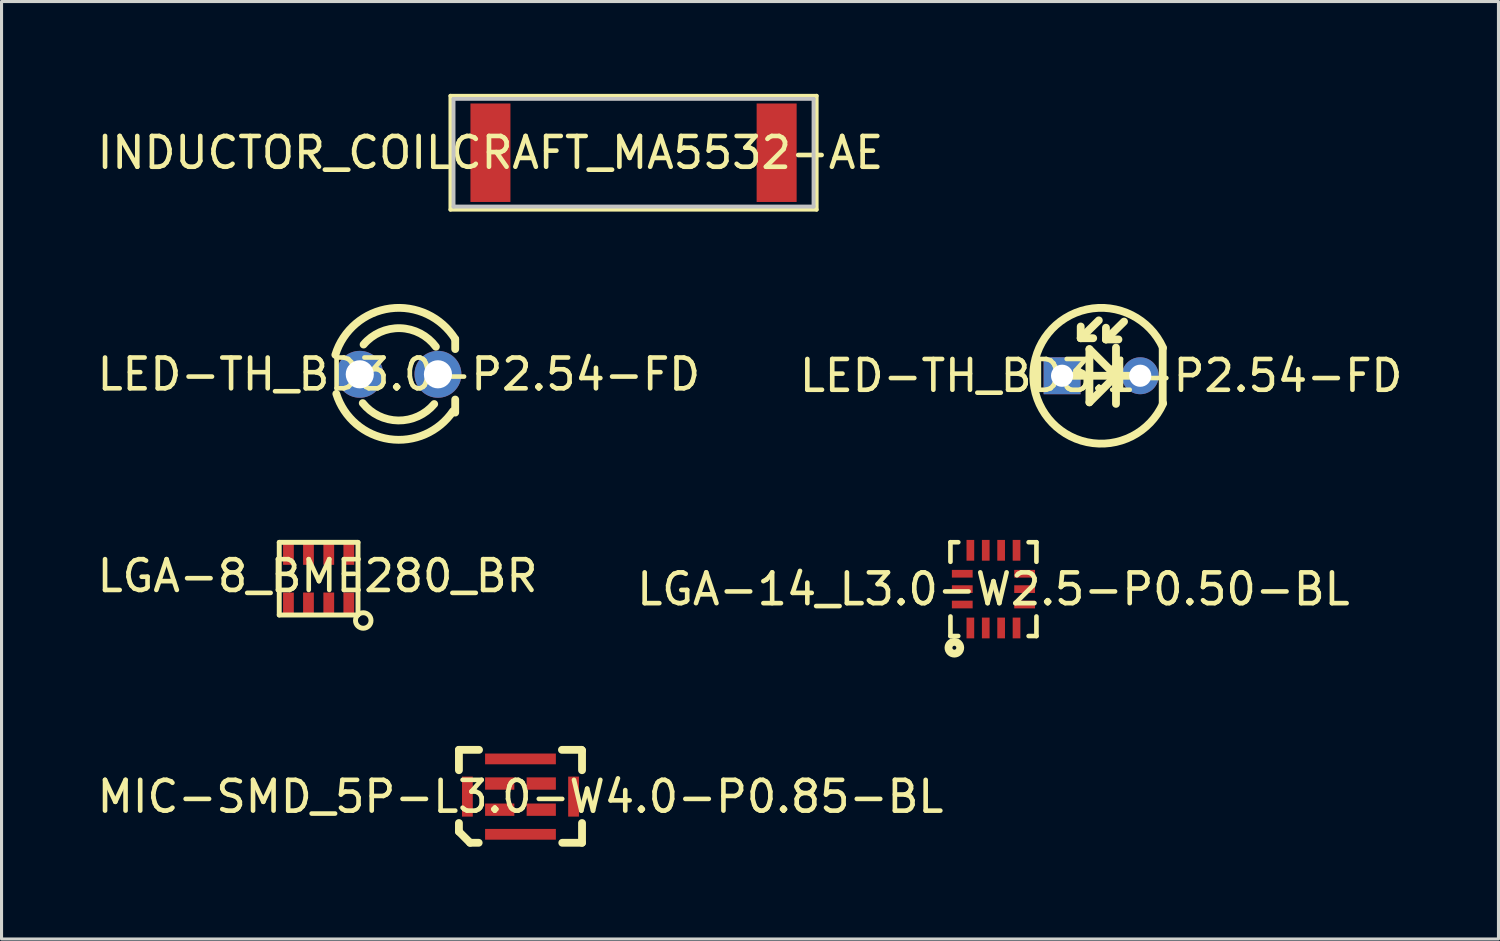
<source format=kicad_pcb>
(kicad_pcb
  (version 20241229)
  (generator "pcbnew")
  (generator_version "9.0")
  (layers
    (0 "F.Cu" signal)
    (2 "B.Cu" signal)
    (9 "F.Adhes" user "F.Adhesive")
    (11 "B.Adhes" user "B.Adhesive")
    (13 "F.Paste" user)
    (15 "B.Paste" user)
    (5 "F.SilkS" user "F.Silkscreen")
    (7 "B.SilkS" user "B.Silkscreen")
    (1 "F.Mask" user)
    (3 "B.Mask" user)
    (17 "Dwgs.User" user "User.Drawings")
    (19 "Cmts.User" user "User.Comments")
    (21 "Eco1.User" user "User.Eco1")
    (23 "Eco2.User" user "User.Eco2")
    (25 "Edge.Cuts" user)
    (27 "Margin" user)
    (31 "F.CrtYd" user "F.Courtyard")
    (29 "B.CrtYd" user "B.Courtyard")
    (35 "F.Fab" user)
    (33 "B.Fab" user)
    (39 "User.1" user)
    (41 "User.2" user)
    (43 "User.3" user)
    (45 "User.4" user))
  (footprint "LGA-14_L3.0-W2.5-P0.50-BL"
    (layer "F.Cu")
    (at 29.232 16.094)
    (property "Reference" "LGA-14_L3.0-W2.5-P0.50-BL" (at 0 0 0) (layer "F.SilkS") (effects (font (size 1 1) (thickness 0.15))))
    (fp_line (start -1.397 -1.524) (end -1.397 -0.889) (stroke (width 0.15) (type default)) (layer "F.SilkS"))
    (fp_line (start -1.397 1.524) (end -1.397 0.889) (stroke (width 0.15) (type default)) (layer "F.SilkS"))
    (fp_line (start -1.143 -1.524) (end -1.397 -1.524) (stroke (width 0.15) (type default)) (layer "F.SilkS"))
    (fp_line (start -1.143 1.524) (end -1.397 1.524) (stroke (width 0.15) (type default)) (layer "F.SilkS"))
    (fp_line (start 1.143 1.524) (end 1.397 1.524) (stroke (width 0.15) (type default)) (layer "F.SilkS"))
    (fp_line (start 1.397 -1.524) (end 1.143 -1.524) (stroke (width 0.15) (type default)) (layer "F.SilkS"))
    (fp_line (start 1.397 -0.889) (end 1.397 -1.524) (stroke (width 0.15) (type default)) (layer "F.SilkS"))
    (fp_line (start 1.397 1.524) (end 1.397 0.889) (stroke (width 0.15) (type default)) (layer "F.SilkS"))
    (fp_circle (center -1.27 1.905) (end -1.206 1.905) (stroke (width 0.254) (type default)) (fill no) (layer "F.SilkS"))
    (pad "1" smd rect (at -0.75 1.262 270) (size 0.675 0.25) (layers "F.Cu" "F.Mask" "F.Paste"))
    (pad "2" smd rect (at -0.25 1.262 270) (size 0.675 0.25) (layers "F.Cu" "F.Mask" "F.Paste"))
    (pad "3" smd rect (at 0.25 1.262 270) (size 0.675 0.25) (layers "F.Cu" "F.Mask" "F.Paste"))
    (pad "4" smd rect (at 0.75 1.262 270) (size 0.675 0.25) (layers "F.Cu" "F.Mask" "F.Paste"))
    (pad "5" smd rect (at 1.013 0.5) (size 0.675 0.25) (layers "F.Cu" "F.Mask" "F.Paste"))
    (pad "6" smd rect (at 1.013 0) (size 0.675 0.25) (layers "F.Cu" "F.Mask" "F.Paste"))
    (pad "7" smd rect (at 1.013 -0.5) (size 0.675 0.25) (layers "F.Cu" "F.Mask" "F.Paste"))
    (pad "8" smd rect (at 0.75 -1.262 90) (size 0.675 0.25) (layers "F.Cu" "F.Mask" "F.Paste"))
    (pad "9" smd rect (at 0.25 -1.262 90) (size 0.675 0.25) (layers "F.Cu" "F.Mask" "F.Paste"))
    (pad "10" smd rect (at -0.25 -1.262 90) (size 0.675 0.25) (layers "F.Cu" "F.Mask" "F.Paste"))
    (pad "11" smd rect (at -0.75 -1.262 90) (size 0.675 0.25) (layers "F.Cu" "F.Mask" "F.Paste"))
    (pad "12" smd rect (at -1.013 -0.5 180) (size 0.675 0.25) (layers "F.Cu" "F.Mask" "F.Paste"))
    (pad "13" smd rect (at -1.013 0 180) (size 0.675 0.25) (layers "F.Cu" "F.Mask" "F.Paste"))
    (pad "14" smd rect (at -1.013 0.5 180) (size 0.675 0.25) (layers "F.Cu" "F.Mask" "F.Paste")))
  (footprint "MIC-SMD_5P-L3.0-W4.0-P0.85-BL"
    (layer "F.Cu")
    (at 13.863 22.836)
    (property "Reference" "MIC-SMD_5P-L3.0-W4.0-P0.85-BL" (at 0 0 0) (layer "F.SilkS") (effects (font (size 1 1) (thickness 0.15))))
    (fp_line (start -2 -1.52) (end -2 -0.858) (stroke (width 0.254) (type default)) (layer "F.SilkS"))
    (fp_line (start -2 -1.52) (end -1.347 -1.52) (stroke (width 0.254) (type default)) (layer "F.SilkS"))
    (fp_line (start -2 0.858) (end -2 1.137) (stroke (width 0.254) (type default)) (layer "F.SilkS"))
    (fp_line (start -2 1.137) (end -1.637 1.5) (stroke (width 0.254) (type default)) (layer "F.SilkS"))
    (fp_line (start -1.637 1.5) (end -1.358 1.5) (stroke (width 0.254) (type default)) (layer "F.SilkS"))
    (fp_line (start 1.347 -1.52) (end 1.98 -1.52) (stroke (width 0.254) (type default)) (layer "F.SilkS"))
    (fp_line (start 1.358 1.5) (end 2 1.5) (stroke (width 0.254) (type default)) (layer "F.SilkS"))
    (fp_line (start 1.98 -1.52) (end 2 -1.5) (stroke (width 0.254) (type default)) (layer "F.SilkS"))
    (fp_line (start 2 -1.5) (end 2 -0.858) (stroke (width 0.254) (type default)) (layer "F.SilkS"))
    (fp_line (start 2 0.858) (end 2 1.5) (stroke (width 0.254) (type default)) (layer "F.SilkS"))
    (pad "1" smd rect (at -0.675 0.425 90) (size 0.4 0.95) (layers "F.Cu" "F.Mask" "F.Paste"))
    (pad "2" smd rect (at 0.675 0.425 90) (size 0.4 0.95) (layers "F.Cu" "F.Mask" "F.Paste"))
    (pad "3" smd rect (at 0.675 -0.425 90) (size 0.4 0.95) (layers "F.Cu" "F.Mask" "F.Paste"))
    (pad "4" smd rect (at -0.675 -0.425 90) (size 0.4 0.95) (layers "F.Cu" "F.Mask" "F.Paste"))
    (pad "5" smd rect (at -1.725 0 180) (size 0.35 1.3) (layers "F.Cu" "F.Mask" "F.Paste"))
    (pad "5" smd rect (at 0 -1.225 270) (size 0.35 2.3) (layers "F.Cu" "F.Mask" "F.Paste"))
    (pad "5" smd rect (at 0 1.225 270) (size 0.35 2.3) (layers "F.Cu" "F.Mask" "F.Paste"))
    (pad "5" smd rect (at 1.725 0 180) (size 0.35 1.3) (layers "F.Cu" "F.Mask" "F.Paste")))
  (footprint "LED-TH_BD3.1-P2.54-FD"
    (layer "F.Cu")
    (at 32.732 9.16)
    (property "Reference" "LED-TH_BD3.1-P2.54-FD" (at 0 0 0) (layer "F.SilkS") (effects (font (size 1 1) (thickness 0.15))))
    (fp_line (start -1.296 0) (end 1.27 0) (stroke (width 0.254) (type default)) (layer "F.SilkS"))
    (fp_line (start -0.664 -1.22) (end -0.664 -1.601) (stroke (width 0.254) (type default)) (layer "F.SilkS"))
    (fp_line (start -0.664 -1.22) (end -0.258 -1.22) (stroke (width 0.254) (type default)) (layer "F.SilkS"))
    (fp_line (start -0.381 -0.864) (end -0.381 0.864) (stroke (width 0.254) (type default)) (layer "F.SilkS"))
    (fp_line (start -0.381 0.864) (end 0.457 0.025) (stroke (width 0.254) (type default)) (layer "F.SilkS"))
    (fp_line (start -0.076 -1.8) (end -0.664 -1.22) (stroke (width 0.254) (type default)) (layer "F.SilkS"))
    (fp_line (start 0.156 -1.18) (end 0.156 -1.561) (stroke (width 0.254) (type default)) (layer "F.SilkS"))
    (fp_line (start 0.156 -1.18) (end 0.562 -1.18) (stroke (width 0.254) (type default)) (layer "F.SilkS"))
    (fp_line (start 0.457 -0.025) (end -0.381 -0.864) (stroke (width 0.254) (type default)) (layer "F.SilkS"))
    (fp_line (start 0.457 0.025) (end 0.482 0.025) (stroke (width 0.254) (type default)) (layer "F.SilkS"))
    (fp_line (start 0.482 -0.914) (end 0.482 0.914) (stroke (width 0.254) (type default)) (layer "F.SilkS"))
    (fp_line (start 0.744 -1.76) (end 0.156 -1.18) (stroke (width 0.254) (type default)) (layer "F.SilkS"))
    (fp_line (start 2 -0.9) (end 2 0.9) (stroke (width 0.254) (type default)) (layer "F.SilkS"))
    (fp_arc (start 2.015 0.899) (mid -2.206443 0.006042) (end 2.01 -0.91) (stroke (width 0.254) (type default)) (layer "F.SilkS"))
    (pad "1" thru_hole rect (at -1.27 0 180) (size 1.2 1.2) (drill 0.72) (layers "*.Cu" "*.Mask"))
    (pad "2" thru_hole circle (at 1.27 0 180) (size 1.2 1.2) (drill 0.72) (layers "*.Cu" "*.Mask")))
  (footprint "LED-TH_BD3.0-P2.54-FD"
    (layer "F.Cu")
    (at 9.911 9.113)
    (property "Reference" "LED-TH_BD3.0-P2.54-FD" (at 0 0 0) (layer "F.SilkS") (effects (font (size 1 1) (thickness 0.15))))
    (fp_line (start 1.831 -1.145) (end 1.831 -0.82) (stroke (width 0.254) (type default)) (layer "F.SilkS"))
    (fp_line (start 1.831 0.82) (end 1.831 1.244) (stroke (width 0.254) (type default)) (layer "F.SilkS"))
    (fp_arc (start -2.064 -0.633) (mid -0.281351 -2.140473) (end 1.8305 -1.145) (stroke (width 0.254) (type default)) (layer "F.SilkS"))
    (fp_arc (start -1.146 -0.967) (mid 0.045917 -1.498765) (end 1.203 -0.895) (stroke (width 0.254) (type default)) (layer "F.SilkS"))
    (fp_arc (start 1.1485 0.966) (mid -0.019523 1.500609) (end -1.1735 0.936) (stroke (width 0.254) (type default)) (layer "F.SilkS"))
    (fp_arc (start 1.761 1.1965) (mid -0.311747 2.106074) (end -2.032 0.635) (stroke (width 0.254) (type default)) (layer "F.SilkS"))
    (pad "1" thru_hole circle (at -1.27 0 180) (size 1.524 1.524) (drill 0.914) (layers "*.Cu" "*.Mask"))
    (pad "2" thru_hole circle (at 1.27 0 180) (size 1.524 1.524) (drill 0.914) (layers "*.Cu" "*.Mask")))
  (footprint "LGA-8_BME280_BR"
    (layer "F.Cu")
    (at 7.268 15.665)
    (property "Reference" "LGA-8_BME280_BR" (at 0 0 0) (layer "F.SilkS") (effects (font (size 1 1) (thickness 0.15))))
    (fp_line (start -1.244 -1.091) (end -1.244 1.269) (stroke (width 0.16) (type default)) (layer "F.SilkS"))
    (fp_line (start -1.244 1.269) (end 1.315 1.269) (stroke (width 0.16) (type default)) (layer "F.SilkS"))
    (fp_line (start 1.315 -1.091) (end -1.244 -1.091) (stroke (width 0.16) (type default)) (layer "F.SilkS"))
    (fp_line (start 1.315 1.269) (end 1.315 -1.091) (stroke (width 0.16) (type default)) (layer "F.SilkS"))
    (fp_circle (center 1.486 1.448) (end 1.738 1.448) (stroke (width 0.16) (type default)) (fill no) (layer "F.SilkS"))
    (pad "1" smd rect (at 1.016 0.889 270) (size 0.7 0.35) (layers "F.Cu" "F.Mask" "F.Paste"))
    (pad "2" smd rect (at 0.365 0.889 270) (size 0.7 0.35) (layers "F.Cu" "F.Mask" "F.Paste"))
    (pad "3" smd rect (at -0.294 0.889 270) (size 0.7 0.35) (layers "F.Cu" "F.Mask" "F.Paste"))
    (pad "4" smd rect (at -0.945 0.889 270) (size 0.7 0.35) (layers "F.Cu" "F.Mask" "F.Paste"))
    (pad "5" smd rect (at -0.945 -0.711 270) (size 0.7 0.35) (layers "F.Cu" "F.Mask" "F.Paste"))
    (pad "6" smd rect (at -0.294 -0.711 270) (size 0.7 0.35) (layers "F.Cu" "F.Mask" "F.Paste"))
    (pad "7" smd rect (at 0.365 -0.711 270) (size 0.7 0.35) (layers "F.Cu" "F.Mask" "F.Paste"))
    (pad "8" smd rect (at 1.016 -0.711 270) (size 0.7 0.35) (layers "F.Cu" "F.Mask" "F.Paste")))
  (footprint "INDUCTOR_COILCRAFT_MA5532-AE"
    (layer "F.Cu")
    (at 12.887 1.913)
    (property "Reference" "INDUCTOR_COILCRAFT_MA5532-AE" (at 0 0 0) (layer "F.SilkS") (effects (font (size 1 1) (thickness 0.15))))
    (fp_line (start -1.3 -1.85) (end 10.6 -1.85) (stroke (width 0.127) (type default)) (layer "F.SilkS"))
    (fp_line (start -1.3 1.85) (end -1.3 -1.85) (stroke (width 0.127) (type default)) (layer "F.SilkS"))
    (fp_line (start 10.6 -1.85) (end 10.6 1.85) (stroke (width 0.127) (type default)) (layer "F.SilkS"))
    (fp_line (start 10.6 1.85) (end -1.3 1.85) (stroke (width 0.127) (type default)) (layer "F.SilkS"))
    (fp_line (start -1.2 -1.75) (end 10.5 -1.75) (stroke (width 0.127) (type default)) (layer "Dwgs.User"))
    (fp_line (start -1.2 1.75) (end -1.2 -1.75) (stroke (width 0.127) (type default)) (layer "Dwgs.User"))
    (fp_line (start 10.5 -1.75) (end 10.5 1.75) (stroke (width 0.127) (type default)) (layer "Dwgs.User"))
    (fp_line (start 10.5 1.75) (end -1.2 1.75) (stroke (width 0.127) (type default)) (layer "Dwgs.User"))
    (pad "1" smd custom (at 0 0 180) (size 0.000001 0.000001) (layers "F.Cu" "F.Mask" "F.Paste") (options (anchor circle)) (primitives (gr_poly (pts (xy -0.65 -1.6) (xy 0.65 -1.6) (xy 0.65 1.6) (xy -0.65 1.6)) (width 0) (fill yes))))
    (pad "2" smd custom (at 9.3 0 180) (size 0.000001 0.000001) (layers "F.Cu" "F.Mask" "F.Paste") (options (anchor circle)) (primitives (gr_poly (pts (xy -0.65 -1.6) (xy 0.65 -1.6) (xy 0.65 1.6) (xy -0.65 1.6)) (width 0) (fill yes)))))
  (gr_rect
    (start -3 -3)
    (end 45.643 27.463)
    (stroke (width 0.1) (type default))
    (fill no)
    (layer "Edge.Cuts")))
</source>
